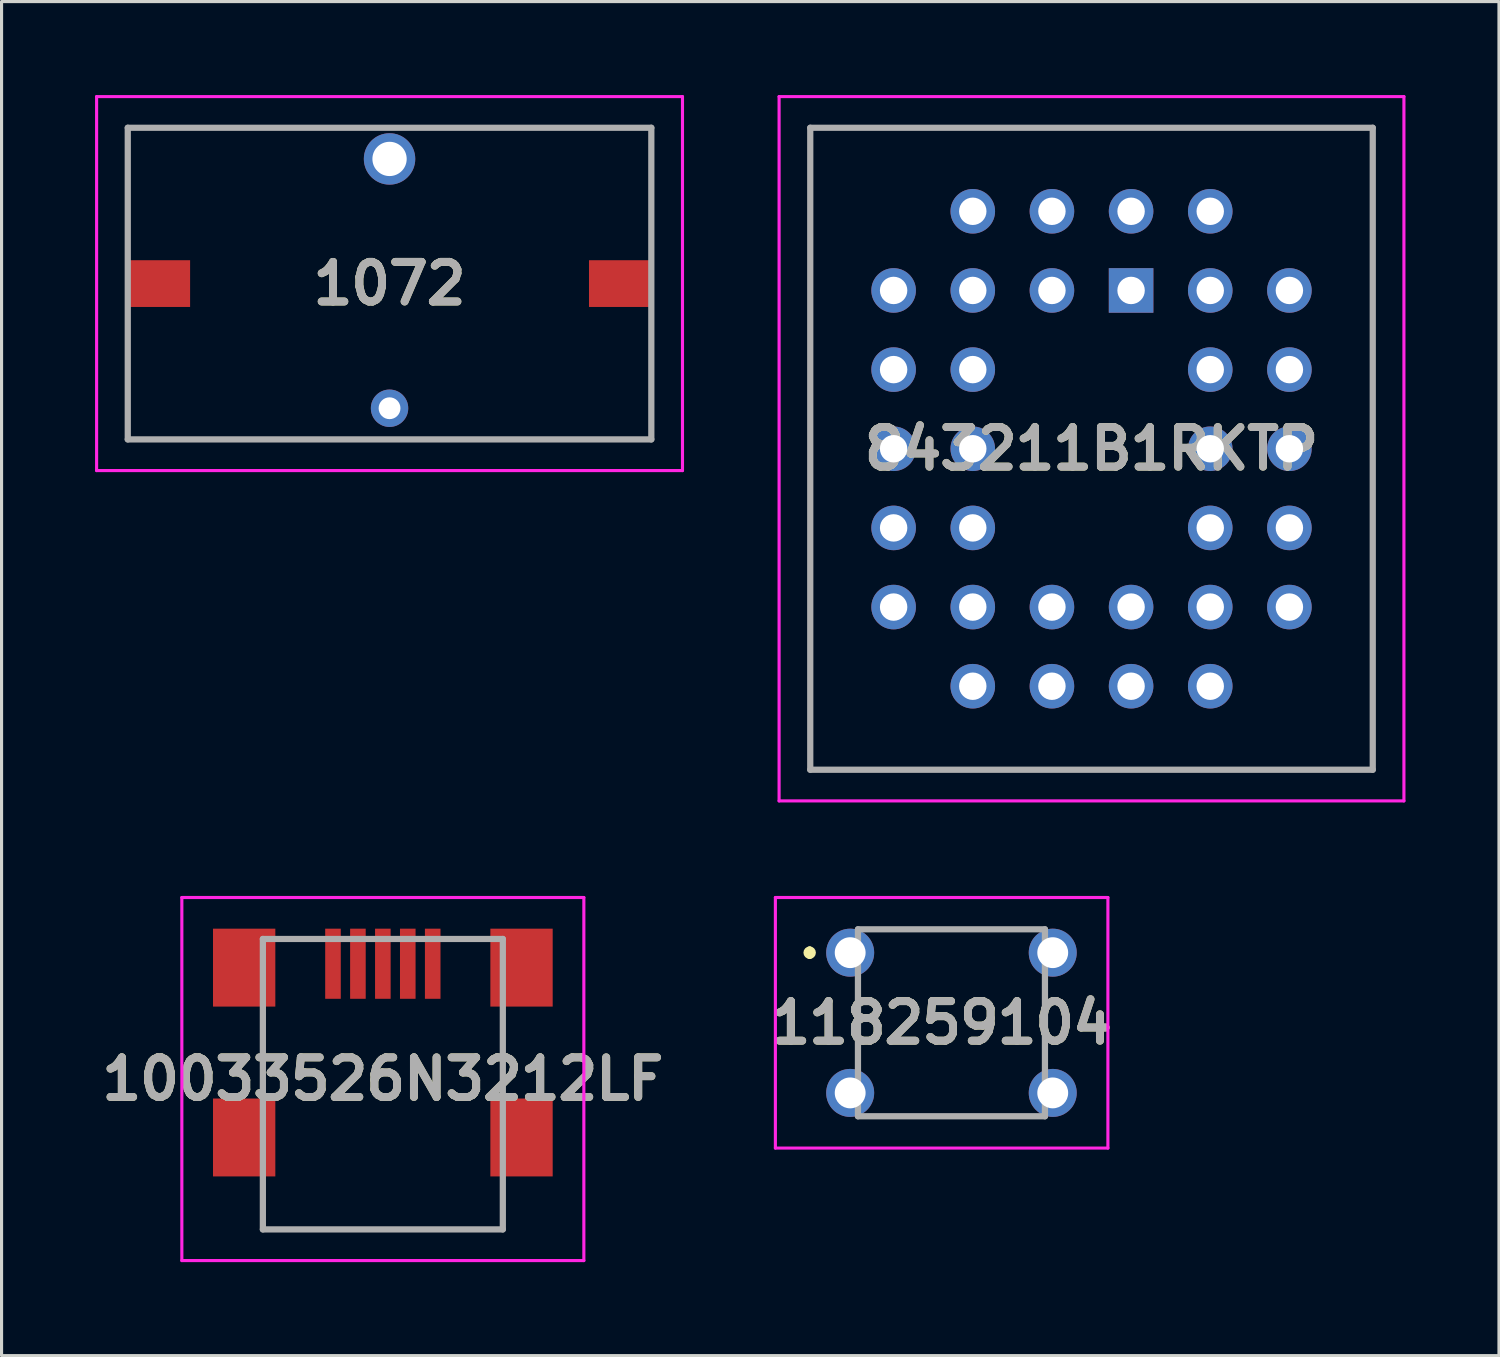
<source format=kicad_pcb>
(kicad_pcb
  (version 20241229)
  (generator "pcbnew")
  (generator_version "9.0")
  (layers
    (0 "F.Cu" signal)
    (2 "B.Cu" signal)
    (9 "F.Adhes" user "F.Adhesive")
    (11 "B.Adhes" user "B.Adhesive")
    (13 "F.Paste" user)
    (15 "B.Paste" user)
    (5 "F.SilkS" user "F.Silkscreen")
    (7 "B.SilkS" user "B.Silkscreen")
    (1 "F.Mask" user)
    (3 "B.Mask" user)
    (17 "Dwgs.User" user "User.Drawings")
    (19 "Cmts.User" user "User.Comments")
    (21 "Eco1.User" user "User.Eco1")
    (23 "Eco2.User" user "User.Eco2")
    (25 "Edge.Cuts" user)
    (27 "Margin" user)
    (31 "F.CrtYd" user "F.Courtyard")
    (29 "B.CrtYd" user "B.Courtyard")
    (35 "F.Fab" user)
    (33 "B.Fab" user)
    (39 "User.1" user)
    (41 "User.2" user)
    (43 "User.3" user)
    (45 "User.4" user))
  (footprint "10033526N3212LF"
    (layer "F.Cu")
    (at 9.235 31.74)
    (property "Reference" "10033526N3212LF" (at 0 -0.165 0) (layer "F.SilkS") (effects (font (size 1.27 1.27) (thickness 0.254))))
    (attr through_hole)
    (fp_line (start -3.85 -0.34) (end -3.85 -1.84) (stroke (width 0.1) (type solid)) (layer "F.SilkS"))
    (fp_line (start -3.85 3.66) (end -3.85 4.66) (stroke (width 0.1) (type solid)) (layer "F.SilkS"))
    (fp_line (start -3.85 4.66) (end 3.85 4.66) (stroke (width 0.1) (type solid)) (layer "F.SilkS"))
    (fp_line (start -3 -4.66) (end -2.5 -4.66) (stroke (width 0.1) (type solid)) (layer "F.SilkS"))
    (fp_line (start 2.5 -4.66) (end 3 -4.66) (stroke (width 0.1) (type solid)) (layer "F.SilkS"))
    (fp_line (start 3.85 -0.34) (end 3.85 -1.84) (stroke (width 0.1) (type solid)) (layer "F.SilkS"))
    (fp_line (start 3.85 4.66) (end 3.85 3.66) (stroke (width 0.1) (type solid)) (layer "F.SilkS"))
    (fp_line (start -6.45 -5.99) (end 6.45 -5.99) (stroke (width 0.1) (type solid)) (layer "F.CrtYd"))
    (fp_line (start -6.45 5.66) (end -6.45 -5.99) (stroke (width 0.1) (type solid)) (layer "F.CrtYd"))
    (fp_line (start 6.45 -5.99) (end 6.45 5.66) (stroke (width 0.1) (type solid)) (layer "F.CrtYd"))
    (fp_line (start 6.45 5.66) (end -6.45 5.66) (stroke (width 0.1) (type solid)) (layer "F.CrtYd"))
    (fp_line (start -3.85 -4.66) (end 3.85 -4.66) (stroke (width 0.2) (type solid)) (layer "F.Fab"))
    (fp_line (start -3.85 4.66) (end -3.85 -4.66) (stroke (width 0.2) (type solid)) (layer "F.Fab"))
    (fp_line (start 3.85 -4.66) (end 3.85 4.66) (stroke (width 0.2) (type solid)) (layer "F.Fab"))
    (fp_line (start 3.85 4.66) (end -3.85 4.66) (stroke (width 0.2) (type solid)) (layer "F.Fab"))
    (fp_text user "${REFERENCE}" (at 0 -0.165 0) (layer "F.Fab") (effects (font (size 1.27 1.27) (thickness 0.254))))
    (pad "" np_thru_hole circle (at -2.2 -1.19) (size 0.001 0.001) (drill 0.95) (layers "*.Cu" "*.Mask"))
    (pad "" np_thru_hole circle (at 2.2 -1.19) (size 0.001 0.001) (drill 0.95) (layers "*.Cu" "*.Mask"))
    (pad "1" smd rect (at -1.6 -3.865) (size 0.5 2.25) (layers "F.Cu" "F.Mask" "F.Paste"))
    (pad "2" smd rect (at -0.8 -3.865) (size 0.5 2.25) (layers "F.Cu" "F.Mask" "F.Paste"))
    (pad "3" smd rect (at 0 -3.865) (size 0.5 2.25) (layers "F.Cu" "F.Mask" "F.Paste"))
    (pad "4" smd rect (at 0.8 -3.865) (size 0.5 2.25) (layers "F.Cu" "F.Mask" "F.Paste"))
    (pad "5" smd rect (at 1.6 -3.865) (size 0.5 2.25) (layers "F.Cu" "F.Mask" "F.Paste"))
    (pad "MP1" smd rect (at -4.45 -3.74) (size 2 2.5) (layers "F.Cu" "F.Mask" "F.Paste"))
    (pad "MP2" smd rect (at -4.45 1.71) (size 2 2.5) (layers "F.Cu" "F.Mask" "F.Paste"))
    (pad "MP3" smd rect (at 4.45 1.71) (size 2 2.5) (layers "F.Cu" "F.Mask" "F.Paste"))
    (pad "MP4" smd rect (at 4.45 -3.74) (size 2 2.5) (layers "F.Cu" "F.Mask" "F.Paste")))
  (footprint "843211B1RKTP"
    (layer "F.Cu")
    (at 33.245 6.27)
    (property "Reference" "843211B1RKTP" (at -1.27 5.08 0) (layer "F.SilkS") (effects (font (size 1.27 1.27) (thickness 0.254))))
    (attr through_hole)
    (fp_line (start -10.295 -5.22) (end 7.755 -5.22) (stroke (width 0.1) (type solid)) (layer "F.SilkS"))
    (fp_line (start -10.295 15.38) (end -10.295 -5.22) (stroke (width 0.1) (type solid)) (layer "F.SilkS"))
    (fp_line (start 7.755 -5.22) (end 7.755 15.38) (stroke (width 0.1) (type solid)) (layer "F.SilkS"))
    (fp_line (start 7.755 15.38) (end -10.295 15.38) (stroke (width 0.1) (type solid)) (layer "F.SilkS"))
    (fp_line (start -11.295 -6.22) (end 8.755 -6.22) (stroke (width 0.1) (type solid)) (layer "F.CrtYd"))
    (fp_line (start -11.295 16.38) (end -11.295 -6.22) (stroke (width 0.1) (type solid)) (layer "F.CrtYd"))
    (fp_line (start 8.755 -6.22) (end 8.755 16.38) (stroke (width 0.1) (type solid)) (layer "F.CrtYd"))
    (fp_line (start 8.755 16.38) (end -11.295 16.38) (stroke (width 0.1) (type solid)) (layer "F.CrtYd"))
    (fp_line (start -10.295 -5.22) (end -10.295 15.38) (stroke (width 0.2) (type solid)) (layer "F.Fab"))
    (fp_line (start -10.295 15.38) (end 7.755 15.38) (stroke (width 0.2) (type solid)) (layer "F.Fab"))
    (fp_line (start 7.755 -5.22) (end -10.295 -5.22) (stroke (width 0.2) (type solid)) (layer "F.Fab"))
    (fp_line (start 7.755 15.38) (end 7.755 -5.22) (stroke (width 0.2) (type solid)) (layer "F.Fab"))
    (fp_text user "${REFERENCE}" (at -1.27 5.08 0) (layer "F.Fab") (effects (font (size 1.27 1.27) (thickness 0.254))))
    (pad "1" thru_hole rect (at 0 0) (size 1.43 1.43) (drill 0.88) (layers "*.Cu" "*.Mask"))
    (pad "2" thru_hole circle (at -2.54 -2.54) (size 1.43 1.43) (drill 0.88) (layers "*.Cu" "*.Mask"))
    (pad "3" thru_hole circle (at -2.54 0) (size 1.43 1.43) (drill 0.88) (layers "*.Cu" "*.Mask"))
    (pad "4" thru_hole circle (at -5.08 -2.54) (size 1.43 1.43) (drill 0.88) (layers "*.Cu" "*.Mask"))
    (pad "5" thru_hole circle (at -7.62 0) (size 1.43 1.43) (drill 0.88) (layers "*.Cu" "*.Mask"))
    (pad "6" thru_hole circle (at -5.08 0) (size 1.43 1.43) (drill 0.88) (layers "*.Cu" "*.Mask"))
    (pad "7" thru_hole circle (at -7.62 2.54) (size 1.43 1.43) (drill 0.88) (layers "*.Cu" "*.Mask"))
    (pad "8" thru_hole circle (at -5.08 2.54) (size 1.43 1.43) (drill 0.88) (layers "*.Cu" "*.Mask"))
    (pad "9" thru_hole circle (at -7.62 5.08) (size 1.43 1.43) (drill 0.88) (layers "*.Cu" "*.Mask"))
    (pad "10" thru_hole circle (at -5.08 5.08) (size 1.43 1.43) (drill 0.88) (layers "*.Cu" "*.Mask"))
    (pad "11" thru_hole circle (at -7.62 7.62) (size 1.43 1.43) (drill 0.88) (layers "*.Cu" "*.Mask"))
    (pad "12" thru_hole circle (at -5.08 7.62) (size 1.43 1.43) (drill 0.88) (layers "*.Cu" "*.Mask"))
    (pad "13" thru_hole circle (at -7.62 10.16) (size 1.43 1.43) (drill 0.88) (layers "*.Cu" "*.Mask"))
    (pad "14" thru_hole circle (at -5.08 12.7) (size 1.43 1.43) (drill 0.88) (layers "*.Cu" "*.Mask"))
    (pad "15" thru_hole circle (at -5.08 10.16) (size 1.43 1.43) (drill 0.88) (layers "*.Cu" "*.Mask"))
    (pad "16" thru_hole circle (at -2.54 12.7) (size 1.43 1.43) (drill 0.88) (layers "*.Cu" "*.Mask"))
    (pad "17" thru_hole circle (at -2.54 10.16) (size 1.43 1.43) (drill 0.88) (layers "*.Cu" "*.Mask"))
    (pad "18" thru_hole circle (at 0 12.7) (size 1.43 1.43) (drill 0.88) (layers "*.Cu" "*.Mask"))
    (pad "19" thru_hole circle (at 0 10.16) (size 1.43 1.43) (drill 0.88) (layers "*.Cu" "*.Mask"))
    (pad "20" thru_hole circle (at 2.54 12.7) (size 1.43 1.43) (drill 0.88) (layers "*.Cu" "*.Mask"))
    (pad "21" thru_hole circle (at 5.08 10.16) (size 1.43 1.43) (drill 0.88) (layers "*.Cu" "*.Mask"))
    (pad "22" thru_hole circle (at 2.54 10.16) (size 1.43 1.43) (drill 0.88) (layers "*.Cu" "*.Mask"))
    (pad "23" thru_hole circle (at 5.08 7.62) (size 1.43 1.43) (drill 0.88) (layers "*.Cu" "*.Mask"))
    (pad "24" thru_hole circle (at 2.54 7.62) (size 1.43 1.43) (drill 0.88) (layers "*.Cu" "*.Mask"))
    (pad "25" thru_hole circle (at 5.08 5.08) (size 1.43 1.43) (drill 0.88) (layers "*.Cu" "*.Mask"))
    (pad "26" thru_hole circle (at 2.54 5.08) (size 1.43 1.43) (drill 0.88) (layers "*.Cu" "*.Mask"))
    (pad "27" thru_hole circle (at 5.08 2.54) (size 1.43 1.43) (drill 0.88) (layers "*.Cu" "*.Mask"))
    (pad "28" thru_hole circle (at 2.54 2.54) (size 1.43 1.43) (drill 0.88) (layers "*.Cu" "*.Mask"))
    (pad "29" thru_hole circle (at 5.08 0) (size 1.43 1.43) (drill 0.88) (layers "*.Cu" "*.Mask"))
    (pad "30" thru_hole circle (at 2.54 -2.54) (size 1.43 1.43) (drill 0.88) (layers "*.Cu" "*.Mask"))
    (pad "31" thru_hole circle (at 2.54 0) (size 1.43 1.43) (drill 0.88) (layers "*.Cu" "*.Mask"))
    (pad "32" thru_hole circle (at 0 -2.54) (size 1.43 1.43) (drill 0.88) (layers "*.Cu" "*.Mask")))
  (footprint "118259104"
    (layer "F.Cu")
    (at 24.231 27.52)
    (property "Reference" "118259104" (at 2.935 2.25 0) (layer "F.SilkS") (effects (font (size 1.27 1.27) (thickness 0.254))))
    (attr through_hole)
    (fp_line (start -1.3 -0.1) (end -1.3 -0.1) (stroke (width 0.2) (type solid)) (layer "F.SilkS"))
    (fp_line (start -1.3 0.1) (end -1.3 0.1) (stroke (width 0.2) (type solid)) (layer "F.SilkS"))
    (fp_line (start 0.25 1.25) (end 0.25 3.25) (stroke (width 0.1) (type solid)) (layer "F.SilkS"))
    (fp_line (start 0.75 -0.75) (end 5.75 -0.75) (stroke (width 0.1) (type solid)) (layer "F.SilkS"))
    (fp_line (start 0.75 5.25) (end 5.75 5.25) (stroke (width 0.1) (type solid)) (layer "F.SilkS"))
    (fp_line (start 6.25 1.25) (end 6.25 3.25) (stroke (width 0.1) (type solid)) (layer "F.SilkS"))
    (fp_arc (start -1.3 -0.1) (mid -1.2 0) (end -1.3 0.1) (stroke (width 0.2) (type solid)) (layer "F.SilkS"))
    (fp_arc (start -1.3 0.1) (mid -1.4 0) (end -1.3 -0.1) (stroke (width 0.2) (type solid)) (layer "F.SilkS"))
    (fp_line (start -2.4 -1.77) (end 8.27 -1.77) (stroke (width 0.1) (type solid)) (layer "F.CrtYd"))
    (fp_line (start -2.4 6.27) (end -2.4 -1.77) (stroke (width 0.1) (type solid)) (layer "F.CrtYd"))
    (fp_line (start 8.27 -1.77) (end 8.27 6.27) (stroke (width 0.1) (type solid)) (layer "F.CrtYd"))
    (fp_line (start 8.27 6.27) (end -2.4 6.27) (stroke (width 0.1) (type solid)) (layer "F.CrtYd"))
    (fp_line (start 0.25 -0.75) (end 6.25 -0.75) (stroke (width 0.2) (type solid)) (layer "F.Fab"))
    (fp_line (start 0.25 5.25) (end 0.25 -0.75) (stroke (width 0.2) (type solid)) (layer "F.Fab"))
    (fp_line (start 6.25 -0.75) (end 6.25 5.25) (stroke (width 0.2) (type solid)) (layer "F.Fab"))
    (fp_line (start 6.25 5.25) (end 0.25 5.25) (stroke (width 0.2) (type solid)) (layer "F.Fab"))
    (fp_text user "${REFERENCE}" (at 2.935 2.25 0) (layer "F.Fab") (effects (font (size 1.27 1.27) (thickness 0.254))))
    (pad "1" thru_hole circle (at 0 0) (size 1.54 1.54) (drill 0.99) (layers "*.Cu" "*.Mask"))
    (pad "2" thru_hole circle (at 6.5 0) (size 1.54 1.54) (drill 0.99) (layers "*.Cu" "*.Mask"))
    (pad "3" thru_hole circle (at 0 4.5) (size 1.54 1.54) (drill 0.99) (layers "*.Cu" "*.Mask"))
    (pad "4" thru_hole circle (at 6.5 4.5) (size 1.54 1.54) (drill 0.99) (layers "*.Cu" "*.Mask")))
  (footprint "1072"
    (layer "F.Cu")
    (at 9.45 6.05)
    (property "Reference" "1072" (at 0 0 0) (layer "F.SilkS") (effects (font (size 1.27 1.27) (thickness 0.254))))
    (attr through_hole)
    (fp_line (start -8.4 -5) (end -8.4 -2) (stroke (width 0.1) (type solid)) (layer "F.SilkS"))
    (fp_line (start -8.4 2) (end -8.4 5) (stroke (width 0.1) (type solid)) (layer "F.SilkS"))
    (fp_line (start -8.4 5) (end 8.4 5) (stroke (width 0.1) (type solid)) (layer "F.SilkS"))
    (fp_line (start -3 -5) (end -8.4 -5) (stroke (width 0.1) (type solid)) (layer "F.SilkS"))
    (fp_line (start 8.4 -5) (end 2 -5) (stroke (width 0.1) (type solid)) (layer "F.SilkS"))
    (fp_line (start 8.4 -2) (end 8.4 -5) (stroke (width 0.1) (type solid)) (layer "F.SilkS"))
    (fp_line (start 8.4 5) (end 8.4 2) (stroke (width 0.1) (type solid)) (layer "F.SilkS"))
    (fp_line (start -9.4 -6) (end 9.4 -6) (stroke (width 0.1) (type solid)) (layer "F.CrtYd"))
    (fp_line (start -9.4 6) (end -9.4 -6) (stroke (width 0.1) (type solid)) (layer "F.CrtYd"))
    (fp_line (start 9.4 -6) (end 9.4 6) (stroke (width 0.1) (type solid)) (layer "F.CrtYd"))
    (fp_line (start 9.4 6) (end -9.4 6) (stroke (width 0.1) (type solid)) (layer "F.CrtYd"))
    (fp_line (start -8.4 -5) (end 8.4 -5) (stroke (width 0.2) (type solid)) (layer "F.Fab"))
    (fp_line (start -8.4 5) (end -8.4 -5) (stroke (width 0.2) (type solid)) (layer "F.Fab"))
    (fp_line (start 8.4 -5) (end 8.4 5) (stroke (width 0.2) (type solid)) (layer "F.Fab"))
    (fp_line (start 8.4 5) (end -8.4 5) (stroke (width 0.2) (type solid)) (layer "F.Fab"))
    (fp_text user "${REFERENCE}" (at 0 0 0) (layer "F.Fab") (effects (font (size 1.27 1.27) (thickness 0.254))))
    (pad "1" smd rect (at -7.4 0 90) (size 1.5 2) (layers "F.Cu" "F.Mask" "F.Paste"))
    (pad "2" smd rect (at 7.4 0 90) (size 1.5 2) (layers "F.Cu" "F.Mask" "F.Paste"))
    (pad "MH1" thru_hole circle (at 0 4) (size 1.2 1.2) (drill 0.7) (layers "*.Cu" "*.Mask"))
    (pad "MH2" thru_hole circle (at 0 -4) (size 1.65 1.65) (drill 1.1) (layers "*.Cu" "*.Mask")))
  (gr_rect
    (start -3 -3)
    (end 45.05 40.45)
    (stroke (width 0.1) (type default))
    (fill no)
    (layer "Edge.Cuts")))
</source>
